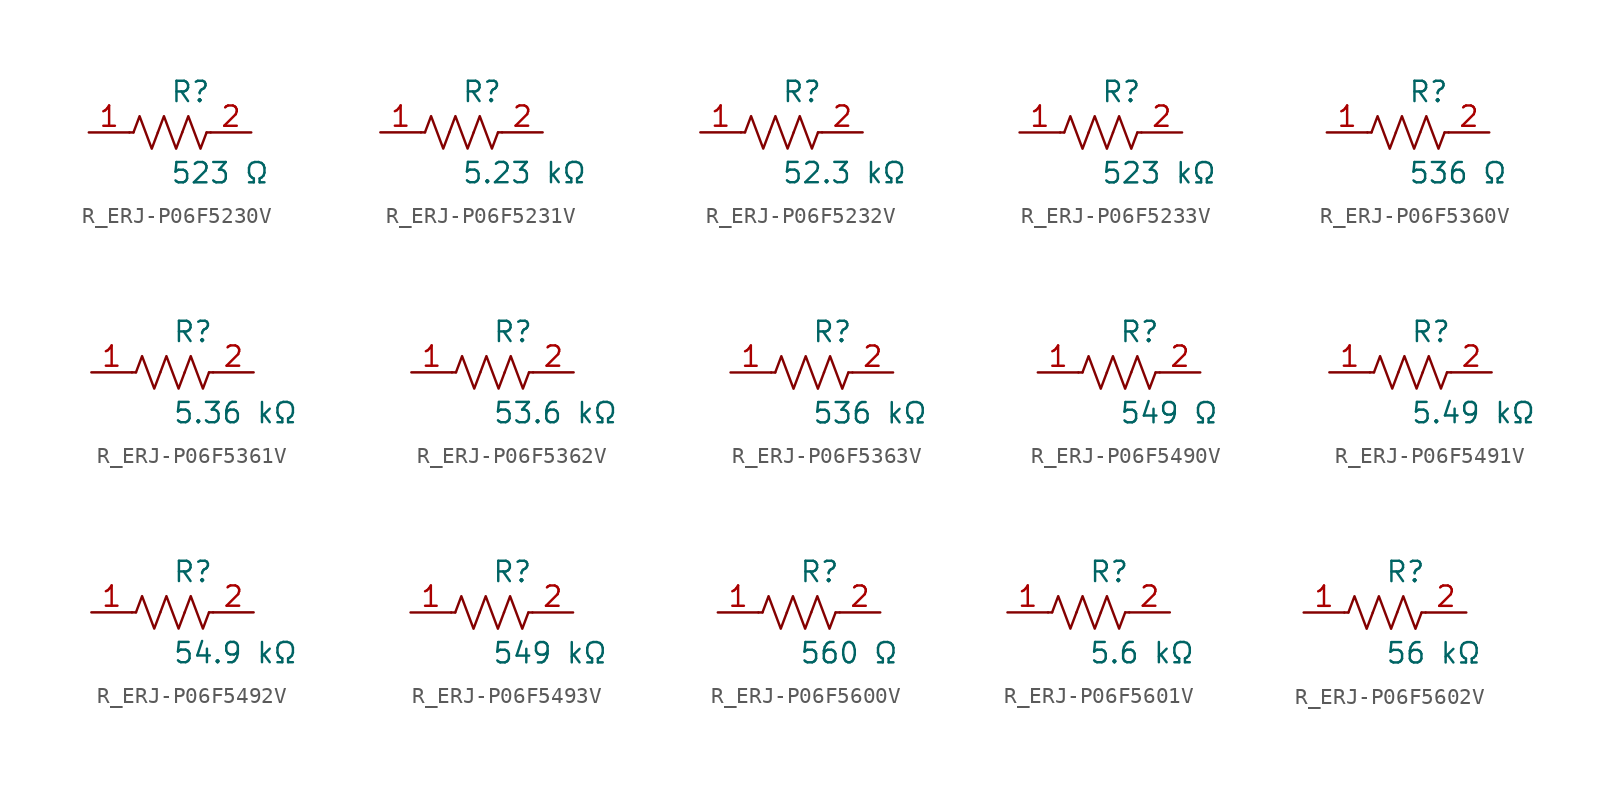
<source format=kicad_sym>
(kicad_symbol_lib
  (version 20231120)
  (generator kicad_symbol_editor)
  (generator_version 8.0)
  (symbol "R_ERJ-P06F5230V"
    (pin_names
      (offset 0.254))
    (property "Reference" "R"
      (at 0 2.54 0)
      (effects (font (size 1.27 1.27)) (justify left)))
    (property "Value" "523 Ω"
      (at 0 -2.54 0)
      (effects (font (size 1.27 1.27)) (justify left)))
    (symbol "R_ERJ-P06F5230V_0_1"
      (polyline (pts (xy 2.286 0) (xy 2.54 0)) (stroke (width 0) (type default)) (fill (type none)))
      (polyline (pts (xy -2.286 0) (xy -2.54 0)) (stroke (width 0) (type default)) (fill (type none)))
      (polyline (pts (xy 0.762 0) (xy 1.143 1.016) (xy 1.524 0) (xy 1.905 -1.016) (xy 2.286 0)) (stroke (width 0) (type default)) (fill (type none)))
      (polyline (pts (xy -0.762 0) (xy -0.381 1.016) (xy 0 0) (xy 0.381 -1.016) (xy 0.762 0)) (stroke (width 0) (type default)) (fill (type none)))
      (polyline (pts (xy -2.286 0) (xy -1.905 1.016) (xy -1.524 0) (xy -1.143 -1.016) (xy -0.762 0)) (stroke (width 0) (type default)) (fill (type none))))
    (pin passive line
      (at -5.08 0 0)
      (length 2.54)
      (name "" (effects (font (size 1.27 1.27))))
      (number "1" (effects (font (size 1.27 1.27)))))
    (pin passive line
      (at 5.08 0 180)
      (length 2.54)
      (name "" (effects (font (size 1.27 1.27))))
      (number "2" (effects (font (size 1.27 1.27))))))
  (symbol "R_ERJ-P06F5231V"
    (pin_names
      (offset 0.254))
    (property "Reference" "R"
      (at 0 2.54 0)
      (effects (font (size 1.27 1.27)) (justify left)))
    (property "Value" "5.23 kΩ"
      (at 0 -2.54 0)
      (effects (font (size 1.27 1.27)) (justify left)))
    (symbol "R_ERJ-P06F5231V_0_1"
      (polyline (pts (xy 2.286 0) (xy 2.54 0)) (stroke (width 0) (type default)) (fill (type none)))
      (polyline (pts (xy -2.286 0) (xy -2.54 0)) (stroke (width 0) (type default)) (fill (type none)))
      (polyline (pts (xy 0.762 0) (xy 1.143 1.016) (xy 1.524 0) (xy 1.905 -1.016) (xy 2.286 0)) (stroke (width 0) (type default)) (fill (type none)))
      (polyline (pts (xy -0.762 0) (xy -0.381 1.016) (xy 0 0) (xy 0.381 -1.016) (xy 0.762 0)) (stroke (width 0) (type default)) (fill (type none)))
      (polyline (pts (xy -2.286 0) (xy -1.905 1.016) (xy -1.524 0) (xy -1.143 -1.016) (xy -0.762 0)) (stroke (width 0) (type default)) (fill (type none))))
    (pin passive line
      (at -5.08 0 0)
      (length 2.54)
      (name "" (effects (font (size 1.27 1.27))))
      (number "1" (effects (font (size 1.27 1.27)))))
    (pin passive line
      (at 5.08 0 180)
      (length 2.54)
      (name "" (effects (font (size 1.27 1.27))))
      (number "2" (effects (font (size 1.27 1.27))))))
  (symbol "R_ERJ-P06F5232V"
    (pin_names
      (offset 0.254))
    (property "Reference" "R"
      (at 0 2.54 0)
      (effects (font (size 1.27 1.27)) (justify left)))
    (property "Value" "52.3 kΩ"
      (at 0 -2.54 0)
      (effects (font (size 1.27 1.27)) (justify left)))
    (symbol "R_ERJ-P06F5232V_0_1"
      (polyline (pts (xy 2.286 0) (xy 2.54 0)) (stroke (width 0) (type default)) (fill (type none)))
      (polyline (pts (xy -2.286 0) (xy -2.54 0)) (stroke (width 0) (type default)) (fill (type none)))
      (polyline (pts (xy 0.762 0) (xy 1.143 1.016) (xy 1.524 0) (xy 1.905 -1.016) (xy 2.286 0)) (stroke (width 0) (type default)) (fill (type none)))
      (polyline (pts (xy -0.762 0) (xy -0.381 1.016) (xy 0 0) (xy 0.381 -1.016) (xy 0.762 0)) (stroke (width 0) (type default)) (fill (type none)))
      (polyline (pts (xy -2.286 0) (xy -1.905 1.016) (xy -1.524 0) (xy -1.143 -1.016) (xy -0.762 0)) (stroke (width 0) (type default)) (fill (type none))))
    (pin passive line
      (at -5.08 0 0)
      (length 2.54)
      (name "" (effects (font (size 1.27 1.27))))
      (number "1" (effects (font (size 1.27 1.27)))))
    (pin passive line
      (at 5.08 0 180)
      (length 2.54)
      (name "" (effects (font (size 1.27 1.27))))
      (number "2" (effects (font (size 1.27 1.27))))))
  (symbol "R_ERJ-P06F5233V"
    (pin_names
      (offset 0.254))
    (property "Reference" "R"
      (at 0 2.54 0)
      (effects (font (size 1.27 1.27)) (justify left)))
    (property "Value" "523 kΩ"
      (at 0 -2.54 0)
      (effects (font (size 1.27 1.27)) (justify left)))
    (symbol "R_ERJ-P06F5233V_0_1"
      (polyline (pts (xy 2.286 0) (xy 2.54 0)) (stroke (width 0) (type default)) (fill (type none)))
      (polyline (pts (xy -2.286 0) (xy -2.54 0)) (stroke (width 0) (type default)) (fill (type none)))
      (polyline (pts (xy 0.762 0) (xy 1.143 1.016) (xy 1.524 0) (xy 1.905 -1.016) (xy 2.286 0)) (stroke (width 0) (type default)) (fill (type none)))
      (polyline (pts (xy -0.762 0) (xy -0.381 1.016) (xy 0 0) (xy 0.381 -1.016) (xy 0.762 0)) (stroke (width 0) (type default)) (fill (type none)))
      (polyline (pts (xy -2.286 0) (xy -1.905 1.016) (xy -1.524 0) (xy -1.143 -1.016) (xy -0.762 0)) (stroke (width 0) (type default)) (fill (type none))))
    (pin passive line
      (at -5.08 0 0)
      (length 2.54)
      (name "" (effects (font (size 1.27 1.27))))
      (number "1" (effects (font (size 1.27 1.27)))))
    (pin passive line
      (at 5.08 0 180)
      (length 2.54)
      (name "" (effects (font (size 1.27 1.27))))
      (number "2" (effects (font (size 1.27 1.27))))))
  (symbol "R_ERJ-P06F5360V"
    (pin_names
      (offset 0.254))
    (property "Reference" "R"
      (at 0 2.54 0)
      (effects (font (size 1.27 1.27)) (justify left)))
    (property "Value" "536 Ω"
      (at 0 -2.54 0)
      (effects (font (size 1.27 1.27)) (justify left)))
    (symbol "R_ERJ-P06F5360V_0_1"
      (polyline (pts (xy 2.286 0) (xy 2.54 0)) (stroke (width 0) (type default)) (fill (type none)))
      (polyline (pts (xy -2.286 0) (xy -2.54 0)) (stroke (width 0) (type default)) (fill (type none)))
      (polyline (pts (xy 0.762 0) (xy 1.143 1.016) (xy 1.524 0) (xy 1.905 -1.016) (xy 2.286 0)) (stroke (width 0) (type default)) (fill (type none)))
      (polyline (pts (xy -0.762 0) (xy -0.381 1.016) (xy 0 0) (xy 0.381 -1.016) (xy 0.762 0)) (stroke (width 0) (type default)) (fill (type none)))
      (polyline (pts (xy -2.286 0) (xy -1.905 1.016) (xy -1.524 0) (xy -1.143 -1.016) (xy -0.762 0)) (stroke (width 0) (type default)) (fill (type none))))
    (pin passive line
      (at -5.08 0 0)
      (length 2.54)
      (name "" (effects (font (size 1.27 1.27))))
      (number "1" (effects (font (size 1.27 1.27)))))
    (pin passive line
      (at 5.08 0 180)
      (length 2.54)
      (name "" (effects (font (size 1.27 1.27))))
      (number "2" (effects (font (size 1.27 1.27))))))
  (symbol "R_ERJ-P06F5361V"
    (pin_names
      (offset 0.254))
    (property "Reference" "R"
      (at 0 2.54 0)
      (effects (font (size 1.27 1.27)) (justify left)))
    (property "Value" "5.36 kΩ"
      (at 0 -2.54 0)
      (effects (font (size 1.27 1.27)) (justify left)))
    (symbol "R_ERJ-P06F5361V_0_1"
      (polyline (pts (xy 2.286 0) (xy 2.54 0)) (stroke (width 0) (type default)) (fill (type none)))
      (polyline (pts (xy -2.286 0) (xy -2.54 0)) (stroke (width 0) (type default)) (fill (type none)))
      (polyline (pts (xy 0.762 0) (xy 1.143 1.016) (xy 1.524 0) (xy 1.905 -1.016) (xy 2.286 0)) (stroke (width 0) (type default)) (fill (type none)))
      (polyline (pts (xy -0.762 0) (xy -0.381 1.016) (xy 0 0) (xy 0.381 -1.016) (xy 0.762 0)) (stroke (width 0) (type default)) (fill (type none)))
      (polyline (pts (xy -2.286 0) (xy -1.905 1.016) (xy -1.524 0) (xy -1.143 -1.016) (xy -0.762 0)) (stroke (width 0) (type default)) (fill (type none))))
    (pin passive line
      (at -5.08 0 0)
      (length 2.54)
      (name "" (effects (font (size 1.27 1.27))))
      (number "1" (effects (font (size 1.27 1.27)))))
    (pin passive line
      (at 5.08 0 180)
      (length 2.54)
      (name "" (effects (font (size 1.27 1.27))))
      (number "2" (effects (font (size 1.27 1.27))))))
  (symbol "R_ERJ-P06F5362V"
    (pin_names
      (offset 0.254))
    (property "Reference" "R"
      (at 0 2.54 0)
      (effects (font (size 1.27 1.27)) (justify left)))
    (property "Value" "53.6 kΩ"
      (at 0 -2.54 0)
      (effects (font (size 1.27 1.27)) (justify left)))
    (symbol "R_ERJ-P06F5362V_0_1"
      (polyline (pts (xy 2.286 0) (xy 2.54 0)) (stroke (width 0) (type default)) (fill (type none)))
      (polyline (pts (xy -2.286 0) (xy -2.54 0)) (stroke (width 0) (type default)) (fill (type none)))
      (polyline (pts (xy 0.762 0) (xy 1.143 1.016) (xy 1.524 0) (xy 1.905 -1.016) (xy 2.286 0)) (stroke (width 0) (type default)) (fill (type none)))
      (polyline (pts (xy -0.762 0) (xy -0.381 1.016) (xy 0 0) (xy 0.381 -1.016) (xy 0.762 0)) (stroke (width 0) (type default)) (fill (type none)))
      (polyline (pts (xy -2.286 0) (xy -1.905 1.016) (xy -1.524 0) (xy -1.143 -1.016) (xy -0.762 0)) (stroke (width 0) (type default)) (fill (type none))))
    (pin passive line
      (at -5.08 0 0)
      (length 2.54)
      (name "" (effects (font (size 1.27 1.27))))
      (number "1" (effects (font (size 1.27 1.27)))))
    (pin passive line
      (at 5.08 0 180)
      (length 2.54)
      (name "" (effects (font (size 1.27 1.27))))
      (number "2" (effects (font (size 1.27 1.27))))))
  (symbol "R_ERJ-P06F5363V"
    (pin_names
      (offset 0.254))
    (property "Reference" "R"
      (at 0 2.54 0)
      (effects (font (size 1.27 1.27)) (justify left)))
    (property "Value" "536 kΩ"
      (at 0 -2.54 0)
      (effects (font (size 1.27 1.27)) (justify left)))
    (symbol "R_ERJ-P06F5363V_0_1"
      (polyline (pts (xy 2.286 0) (xy 2.54 0)) (stroke (width 0) (type default)) (fill (type none)))
      (polyline (pts (xy -2.286 0) (xy -2.54 0)) (stroke (width 0) (type default)) (fill (type none)))
      (polyline (pts (xy 0.762 0) (xy 1.143 1.016) (xy 1.524 0) (xy 1.905 -1.016) (xy 2.286 0)) (stroke (width 0) (type default)) (fill (type none)))
      (polyline (pts (xy -0.762 0) (xy -0.381 1.016) (xy 0 0) (xy 0.381 -1.016) (xy 0.762 0)) (stroke (width 0) (type default)) (fill (type none)))
      (polyline (pts (xy -2.286 0) (xy -1.905 1.016) (xy -1.524 0) (xy -1.143 -1.016) (xy -0.762 0)) (stroke (width 0) (type default)) (fill (type none))))
    (pin passive line
      (at -5.08 0 0)
      (length 2.54)
      (name "" (effects (font (size 1.27 1.27))))
      (number "1" (effects (font (size 1.27 1.27)))))
    (pin passive line
      (at 5.08 0 180)
      (length 2.54)
      (name "" (effects (font (size 1.27 1.27))))
      (number "2" (effects (font (size 1.27 1.27))))))
  (symbol "R_ERJ-P06F5490V"
    (pin_names
      (offset 0.254))
    (property "Reference" "R"
      (at 0 2.54 0)
      (effects (font (size 1.27 1.27)) (justify left)))
    (property "Value" "549 Ω"
      (at 0 -2.54 0)
      (effects (font (size 1.27 1.27)) (justify left)))
    (symbol "R_ERJ-P06F5490V_0_1"
      (polyline (pts (xy 2.286 0) (xy 2.54 0)) (stroke (width 0) (type default)) (fill (type none)))
      (polyline (pts (xy -2.286 0) (xy -2.54 0)) (stroke (width 0) (type default)) (fill (type none)))
      (polyline (pts (xy 0.762 0) (xy 1.143 1.016) (xy 1.524 0) (xy 1.905 -1.016) (xy 2.286 0)) (stroke (width 0) (type default)) (fill (type none)))
      (polyline (pts (xy -0.762 0) (xy -0.381 1.016) (xy 0 0) (xy 0.381 -1.016) (xy 0.762 0)) (stroke (width 0) (type default)) (fill (type none)))
      (polyline (pts (xy -2.286 0) (xy -1.905 1.016) (xy -1.524 0) (xy -1.143 -1.016) (xy -0.762 0)) (stroke (width 0) (type default)) (fill (type none))))
    (pin passive line
      (at -5.08 0 0)
      (length 2.54)
      (name "" (effects (font (size 1.27 1.27))))
      (number "1" (effects (font (size 1.27 1.27)))))
    (pin passive line
      (at 5.08 0 180)
      (length 2.54)
      (name "" (effects (font (size 1.27 1.27))))
      (number "2" (effects (font (size 1.27 1.27))))))
  (symbol "R_ERJ-P06F5491V"
    (pin_names
      (offset 0.254))
    (property "Reference" "R"
      (at 0 2.54 0)
      (effects (font (size 1.27 1.27)) (justify left)))
    (property "Value" "5.49 kΩ"
      (at 0 -2.54 0)
      (effects (font (size 1.27 1.27)) (justify left)))
    (symbol "R_ERJ-P06F5491V_0_1"
      (polyline (pts (xy 2.286 0) (xy 2.54 0)) (stroke (width 0) (type default)) (fill (type none)))
      (polyline (pts (xy -2.286 0) (xy -2.54 0)) (stroke (width 0) (type default)) (fill (type none)))
      (polyline (pts (xy 0.762 0) (xy 1.143 1.016) (xy 1.524 0) (xy 1.905 -1.016) (xy 2.286 0)) (stroke (width 0) (type default)) (fill (type none)))
      (polyline (pts (xy -0.762 0) (xy -0.381 1.016) (xy 0 0) (xy 0.381 -1.016) (xy 0.762 0)) (stroke (width 0) (type default)) (fill (type none)))
      (polyline (pts (xy -2.286 0) (xy -1.905 1.016) (xy -1.524 0) (xy -1.143 -1.016) (xy -0.762 0)) (stroke (width 0) (type default)) (fill (type none))))
    (pin passive line
      (at -5.08 0 0)
      (length 2.54)
      (name "" (effects (font (size 1.27 1.27))))
      (number "1" (effects (font (size 1.27 1.27)))))
    (pin passive line
      (at 5.08 0 180)
      (length 2.54)
      (name "" (effects (font (size 1.27 1.27))))
      (number "2" (effects (font (size 1.27 1.27))))))
  (symbol "R_ERJ-P06F5492V"
    (pin_names
      (offset 0.254))
    (property "Reference" "R"
      (at 0 2.54 0)
      (effects (font (size 1.27 1.27)) (justify left)))
    (property "Value" "54.9 kΩ"
      (at 0 -2.54 0)
      (effects (font (size 1.27 1.27)) (justify left)))
    (symbol "R_ERJ-P06F5492V_0_1"
      (polyline (pts (xy 2.286 0) (xy 2.54 0)) (stroke (width 0) (type default)) (fill (type none)))
      (polyline (pts (xy -2.286 0) (xy -2.54 0)) (stroke (width 0) (type default)) (fill (type none)))
      (polyline (pts (xy 0.762 0) (xy 1.143 1.016) (xy 1.524 0) (xy 1.905 -1.016) (xy 2.286 0)) (stroke (width 0) (type default)) (fill (type none)))
      (polyline (pts (xy -0.762 0) (xy -0.381 1.016) (xy 0 0) (xy 0.381 -1.016) (xy 0.762 0)) (stroke (width 0) (type default)) (fill (type none)))
      (polyline (pts (xy -2.286 0) (xy -1.905 1.016) (xy -1.524 0) (xy -1.143 -1.016) (xy -0.762 0)) (stroke (width 0) (type default)) (fill (type none))))
    (pin passive line
      (at -5.08 0 0)
      (length 2.54)
      (name "" (effects (font (size 1.27 1.27))))
      (number "1" (effects (font (size 1.27 1.27)))))
    (pin passive line
      (at 5.08 0 180)
      (length 2.54)
      (name "" (effects (font (size 1.27 1.27))))
      (number "2" (effects (font (size 1.27 1.27))))))
  (symbol "R_ERJ-P06F5493V"
    (pin_names
      (offset 0.254))
    (property "Reference" "R"
      (at 0 2.54 0)
      (effects (font (size 1.27 1.27)) (justify left)))
    (property "Value" "549 kΩ"
      (at 0 -2.54 0)
      (effects (font (size 1.27 1.27)) (justify left)))
    (symbol "R_ERJ-P06F5493V_0_1"
      (polyline (pts (xy 2.286 0) (xy 2.54 0)) (stroke (width 0) (type default)) (fill (type none)))
      (polyline (pts (xy -2.286 0) (xy -2.54 0)) (stroke (width 0) (type default)) (fill (type none)))
      (polyline (pts (xy 0.762 0) (xy 1.143 1.016) (xy 1.524 0) (xy 1.905 -1.016) (xy 2.286 0)) (stroke (width 0) (type default)) (fill (type none)))
      (polyline (pts (xy -0.762 0) (xy -0.381 1.016) (xy 0 0) (xy 0.381 -1.016) (xy 0.762 0)) (stroke (width 0) (type default)) (fill (type none)))
      (polyline (pts (xy -2.286 0) (xy -1.905 1.016) (xy -1.524 0) (xy -1.143 -1.016) (xy -0.762 0)) (stroke (width 0) (type default)) (fill (type none))))
    (pin passive line
      (at -5.08 0 0)
      (length 2.54)
      (name "" (effects (font (size 1.27 1.27))))
      (number "1" (effects (font (size 1.27 1.27)))))
    (pin passive line
      (at 5.08 0 180)
      (length 2.54)
      (name "" (effects (font (size 1.27 1.27))))
      (number "2" (effects (font (size 1.27 1.27))))))
  (symbol "R_ERJ-P06F5600V"
    (pin_names
      (offset 0.254))
    (property "Reference" "R"
      (at 0 2.54 0)
      (effects (font (size 1.27 1.27)) (justify left)))
    (property "Value" "560 Ω"
      (at 0 -2.54 0)
      (effects (font (size 1.27 1.27)) (justify left)))
    (symbol "R_ERJ-P06F5600V_0_1"
      (polyline (pts (xy 2.286 0) (xy 2.54 0)) (stroke (width 0) (type default)) (fill (type none)))
      (polyline (pts (xy -2.286 0) (xy -2.54 0)) (stroke (width 0) (type default)) (fill (type none)))
      (polyline (pts (xy 0.762 0) (xy 1.143 1.016) (xy 1.524 0) (xy 1.905 -1.016) (xy 2.286 0)) (stroke (width 0) (type default)) (fill (type none)))
      (polyline (pts (xy -0.762 0) (xy -0.381 1.016) (xy 0 0) (xy 0.381 -1.016) (xy 0.762 0)) (stroke (width 0) (type default)) (fill (type none)))
      (polyline (pts (xy -2.286 0) (xy -1.905 1.016) (xy -1.524 0) (xy -1.143 -1.016) (xy -0.762 0)) (stroke (width 0) (type default)) (fill (type none))))
    (pin passive line
      (at -5.08 0 0)
      (length 2.54)
      (name "" (effects (font (size 1.27 1.27))))
      (number "1" (effects (font (size 1.27 1.27)))))
    (pin passive line
      (at 5.08 0 180)
      (length 2.54)
      (name "" (effects (font (size 1.27 1.27))))
      (number "2" (effects (font (size 1.27 1.27))))))
  (symbol "R_ERJ-P06F5601V"
    (pin_names
      (offset 0.254))
    (property "Reference" "R"
      (at 0 2.54 0)
      (effects (font (size 1.27 1.27)) (justify left)))
    (property "Value" "5.6 kΩ"
      (at 0 -2.54 0)
      (effects (font (size 1.27 1.27)) (justify left)))
    (symbol "R_ERJ-P06F5601V_0_1"
      (polyline (pts (xy 2.286 0) (xy 2.54 0)) (stroke (width 0) (type default)) (fill (type none)))
      (polyline (pts (xy -2.286 0) (xy -2.54 0)) (stroke (width 0) (type default)) (fill (type none)))
      (polyline (pts (xy 0.762 0) (xy 1.143 1.016) (xy 1.524 0) (xy 1.905 -1.016) (xy 2.286 0)) (stroke (width 0) (type default)) (fill (type none)))
      (polyline (pts (xy -0.762 0) (xy -0.381 1.016) (xy 0 0) (xy 0.381 -1.016) (xy 0.762 0)) (stroke (width 0) (type default)) (fill (type none)))
      (polyline (pts (xy -2.286 0) (xy -1.905 1.016) (xy -1.524 0) (xy -1.143 -1.016) (xy -0.762 0)) (stroke (width 0) (type default)) (fill (type none))))
    (pin passive line
      (at -5.08 0 0)
      (length 2.54)
      (name "" (effects (font (size 1.27 1.27))))
      (number "1" (effects (font (size 1.27 1.27)))))
    (pin passive line
      (at 5.08 0 180)
      (length 2.54)
      (name "" (effects (font (size 1.27 1.27))))
      (number "2" (effects (font (size 1.27 1.27))))))
  (symbol "R_ERJ-P06F5602V"
    (pin_names
      (offset 0.254))
    (property "Reference" "R"
      (at 0 2.54 0)
      (effects (font (size 1.27 1.27)) (justify left)))
    (property "Value" "56 kΩ"
      (at 0 -2.54 0)
      (effects (font (size 1.27 1.27)) (justify left)))
    (symbol "R_ERJ-P06F5602V_0_1"
      (polyline (pts (xy 2.286 0) (xy 2.54 0)) (stroke (width 0) (type default)) (fill (type none)))
      (polyline (pts (xy -2.286 0) (xy -2.54 0)) (stroke (width 0) (type default)) (fill (type none)))
      (polyline (pts (xy 0.762 0) (xy 1.143 1.016) (xy 1.524 0) (xy 1.905 -1.016) (xy 2.286 0)) (stroke (width 0) (type default)) (fill (type none)))
      (polyline (pts (xy -0.762 0) (xy -0.381 1.016) (xy 0 0) (xy 0.381 -1.016) (xy 0.762 0)) (stroke (width 0) (type default)) (fill (type none)))
      (polyline (pts (xy -2.286 0) (xy -1.905 1.016) (xy -1.524 0) (xy -1.143 -1.016) (xy -0.762 0)) (stroke (width 0) (type default)) (fill (type none))))
    (pin passive line
      (at -5.08 0 0)
      (length 2.54)
      (name "" (effects (font (size 1.27 1.27))))
      (number "1" (effects (font (size 1.27 1.27)))))
    (pin passive line
      (at 5.08 0 180)
      (length 2.54)
      (name "" (effects (font (size 1.27 1.27))))
      (number "2" (effects (font (size 1.27 1.27)))))))
</source>
